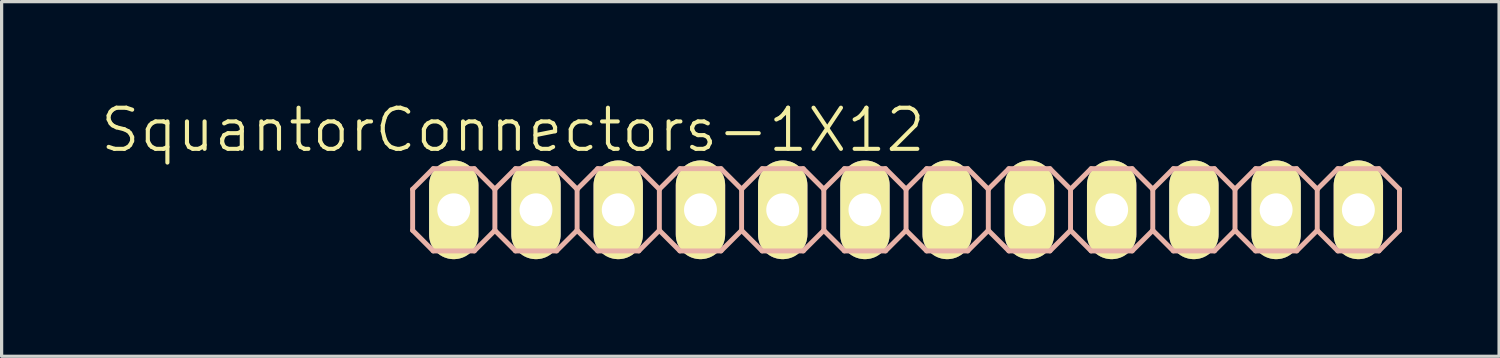
<source format=kicad_pcb>
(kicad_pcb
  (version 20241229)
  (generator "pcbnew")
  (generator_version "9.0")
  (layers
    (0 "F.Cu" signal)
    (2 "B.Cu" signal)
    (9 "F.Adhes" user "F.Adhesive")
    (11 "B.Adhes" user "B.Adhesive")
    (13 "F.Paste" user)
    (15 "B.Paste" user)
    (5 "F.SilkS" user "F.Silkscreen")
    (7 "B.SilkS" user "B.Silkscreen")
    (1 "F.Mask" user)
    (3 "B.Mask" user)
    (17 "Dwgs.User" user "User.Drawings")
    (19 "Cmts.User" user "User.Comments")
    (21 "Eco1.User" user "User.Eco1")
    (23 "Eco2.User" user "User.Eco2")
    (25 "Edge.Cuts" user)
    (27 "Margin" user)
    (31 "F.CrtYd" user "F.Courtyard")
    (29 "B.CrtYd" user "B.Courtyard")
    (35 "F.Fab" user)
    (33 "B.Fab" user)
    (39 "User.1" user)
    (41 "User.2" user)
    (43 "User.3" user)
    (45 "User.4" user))
  (footprint "SquantorConnectors-1X12"
    (layer "F.Cu")
    (at 24.935 3.43)
    (property "Reference" "SquantorConnectors-1X12" (at -12.141 -2.464 0) (layer "F.SilkS") (effects (font (size 1.27 1.27) (thickness 0.127))))
    (attr exclude_from_pos_files exclude_from_bom)
    (fp_line (start -14.224 -0.254) (end -13.716 -0.254) (stroke (width 0.066) (type solid)) (layer "F.SilkS"))
    (fp_line (start -14.224 0.254) (end -14.224 -0.254) (stroke (width 0.066) (type solid)) (layer "F.SilkS"))
    (fp_line (start -14.224 0.254) (end -13.716 0.254) (stroke (width 0.066) (type solid)) (layer "F.SilkS"))
    (fp_line (start -13.716 0.254) (end -13.716 -0.254) (stroke (width 0.066) (type solid)) (layer "F.SilkS"))
    (fp_line (start -11.684 -0.254) (end -11.176 -0.254) (stroke (width 0.066) (type solid)) (layer "F.SilkS"))
    (fp_line (start -11.684 0.254) (end -11.684 -0.254) (stroke (width 0.066) (type solid)) (layer "F.SilkS"))
    (fp_line (start -11.684 0.254) (end -11.176 0.254) (stroke (width 0.066) (type solid)) (layer "F.SilkS"))
    (fp_line (start -11.176 0.254) (end -11.176 -0.254) (stroke (width 0.066) (type solid)) (layer "F.SilkS"))
    (fp_line (start -9.144 -0.254) (end -8.636 -0.254) (stroke (width 0.066) (type solid)) (layer "F.SilkS"))
    (fp_line (start -9.144 0.254) (end -9.144 -0.254) (stroke (width 0.066) (type solid)) (layer "F.SilkS"))
    (fp_line (start -9.144 0.254) (end -8.636 0.254) (stroke (width 0.066) (type solid)) (layer "F.SilkS"))
    (fp_line (start -8.636 0.254) (end -8.636 -0.254) (stroke (width 0.066) (type solid)) (layer "F.SilkS"))
    (fp_line (start -6.604 -0.254) (end -6.096 -0.254) (stroke (width 0.066) (type solid)) (layer "F.SilkS"))
    (fp_line (start -6.604 0.254) (end -6.604 -0.254) (stroke (width 0.066) (type solid)) (layer "F.SilkS"))
    (fp_line (start -6.604 0.254) (end -6.096 0.254) (stroke (width 0.066) (type solid)) (layer "F.SilkS"))
    (fp_line (start -6.096 0.254) (end -6.096 -0.254) (stroke (width 0.066) (type solid)) (layer "F.SilkS"))
    (fp_line (start -4.064 -0.254) (end -3.556 -0.254) (stroke (width 0.066) (type solid)) (layer "F.SilkS"))
    (fp_line (start -4.064 0.254) (end -4.064 -0.254) (stroke (width 0.066) (type solid)) (layer "F.SilkS"))
    (fp_line (start -4.064 0.254) (end -3.556 0.254) (stroke (width 0.066) (type solid)) (layer "F.SilkS"))
    (fp_line (start -3.556 0.254) (end -3.556 -0.254) (stroke (width 0.066) (type solid)) (layer "F.SilkS"))
    (fp_line (start -1.524 -0.254) (end -1.016 -0.254) (stroke (width 0.066) (type solid)) (layer "F.SilkS"))
    (fp_line (start -1.524 0.254) (end -1.524 -0.254) (stroke (width 0.066) (type solid)) (layer "F.SilkS"))
    (fp_line (start -1.524 0.254) (end -1.016 0.254) (stroke (width 0.066) (type solid)) (layer "F.SilkS"))
    (fp_line (start -1.016 0.254) (end -1.016 -0.254) (stroke (width 0.066) (type solid)) (layer "F.SilkS"))
    (fp_line (start 1.016 -0.254) (end 1.524 -0.254) (stroke (width 0.066) (type solid)) (layer "F.SilkS"))
    (fp_line (start 1.016 0.254) (end 1.016 -0.254) (stroke (width 0.066) (type solid)) (layer "F.SilkS"))
    (fp_line (start 1.016 0.254) (end 1.524 0.254) (stroke (width 0.066) (type solid)) (layer "F.SilkS"))
    (fp_line (start 1.524 0.254) (end 1.524 -0.254) (stroke (width 0.066) (type solid)) (layer "F.SilkS"))
    (fp_line (start 3.556 -0.254) (end 4.064 -0.254) (stroke (width 0.066) (type solid)) (layer "F.SilkS"))
    (fp_line (start 3.556 0.254) (end 3.556 -0.254) (stroke (width 0.066) (type solid)) (layer "F.SilkS"))
    (fp_line (start 3.556 0.254) (end 4.064 0.254) (stroke (width 0.066) (type solid)) (layer "F.SilkS"))
    (fp_line (start 4.064 0.254) (end 4.064 -0.254) (stroke (width 0.066) (type solid)) (layer "F.SilkS"))
    (fp_line (start 6.096 -0.254) (end 6.604 -0.254) (stroke (width 0.066) (type solid)) (layer "F.SilkS"))
    (fp_line (start 6.096 0.254) (end 6.096 -0.254) (stroke (width 0.066) (type solid)) (layer "F.SilkS"))
    (fp_line (start 6.096 0.254) (end 6.604 0.254) (stroke (width 0.066) (type solid)) (layer "F.SilkS"))
    (fp_line (start 6.604 0.254) (end 6.604 -0.254) (stroke (width 0.066) (type solid)) (layer "F.SilkS"))
    (fp_line (start 8.636 -0.254) (end 9.144 -0.254) (stroke (width 0.066) (type solid)) (layer "F.SilkS"))
    (fp_line (start 8.636 0.254) (end 8.636 -0.254) (stroke (width 0.066) (type solid)) (layer "F.SilkS"))
    (fp_line (start 8.636 0.254) (end 9.144 0.254) (stroke (width 0.066) (type solid)) (layer "F.SilkS"))
    (fp_line (start 9.144 0.254) (end 9.144 -0.254) (stroke (width 0.066) (type solid)) (layer "F.SilkS"))
    (fp_line (start 11.176 -0.254) (end 11.684 -0.254) (stroke (width 0.066) (type solid)) (layer "F.SilkS"))
    (fp_line (start 11.176 0.254) (end 11.176 -0.254) (stroke (width 0.066) (type solid)) (layer "F.SilkS"))
    (fp_line (start 11.176 0.254) (end 11.684 0.254) (stroke (width 0.066) (type solid)) (layer "F.SilkS"))
    (fp_line (start 11.684 0.254) (end 11.684 -0.254) (stroke (width 0.066) (type solid)) (layer "F.SilkS"))
    (fp_line (start 13.716 -0.254) (end 14.224 -0.254) (stroke (width 0.066) (type solid)) (layer "F.SilkS"))
    (fp_line (start 13.716 0.254) (end 13.716 -0.254) (stroke (width 0.066) (type solid)) (layer "F.SilkS"))
    (fp_line (start 13.716 0.254) (end 14.224 0.254) (stroke (width 0.066) (type solid)) (layer "F.SilkS"))
    (fp_line (start 14.224 0.254) (end 14.224 -0.254) (stroke (width 0.066) (type solid)) (layer "F.SilkS"))
    (fp_line (start -15.24 -0.635) (end -15.24 0.635) (stroke (width 0.152) (type solid)) (layer "B.SilkS"))
    (fp_line (start -15.24 0.635) (end -14.605 1.27) (stroke (width 0.152) (type solid)) (layer "B.SilkS"))
    (fp_line (start -14.605 -1.27) (end -15.24 -0.635) (stroke (width 0.152) (type solid)) (layer "B.SilkS"))
    (fp_line (start -14.605 -1.27) (end -13.335 -1.27) (stroke (width 0.152) (type solid)) (layer "B.SilkS"))
    (fp_line (start -13.335 -1.27) (end -12.7 -0.635) (stroke (width 0.152) (type solid)) (layer "B.SilkS"))
    (fp_line (start -13.335 1.27) (end -14.605 1.27) (stroke (width 0.152) (type solid)) (layer "B.SilkS"))
    (fp_line (start -12.7 -0.635) (end -12.7 0.635) (stroke (width 0.152) (type solid)) (layer "B.SilkS"))
    (fp_line (start -12.7 -0.635) (end -12.065 -1.27) (stroke (width 0.152) (type solid)) (layer "B.SilkS"))
    (fp_line (start -12.7 0.635) (end -13.335 1.27) (stroke (width 0.152) (type solid)) (layer "B.SilkS"))
    (fp_line (start -12.065 -1.27) (end -10.795 -1.27) (stroke (width 0.152) (type solid)) (layer "B.SilkS"))
    (fp_line (start -12.065 1.27) (end -12.7 0.635) (stroke (width 0.152) (type solid)) (layer "B.SilkS"))
    (fp_line (start -10.795 -1.27) (end -10.16 -0.635) (stroke (width 0.152) (type solid)) (layer "B.SilkS"))
    (fp_line (start -10.795 1.27) (end -12.065 1.27) (stroke (width 0.152) (type solid)) (layer "B.SilkS"))
    (fp_line (start -10.16 -0.635) (end -10.16 0.635) (stroke (width 0.152) (type solid)) (layer "B.SilkS"))
    (fp_line (start -10.16 -0.635) (end -9.525 -1.27) (stroke (width 0.152) (type solid)) (layer "B.SilkS"))
    (fp_line (start -10.16 0.635) (end -10.795 1.27) (stroke (width 0.152) (type solid)) (layer "B.SilkS"))
    (fp_line (start -9.525 -1.27) (end -8.255 -1.27) (stroke (width 0.152) (type solid)) (layer "B.SilkS"))
    (fp_line (start -9.525 1.27) (end -10.16 0.635) (stroke (width 0.152) (type solid)) (layer "B.SilkS"))
    (fp_line (start -8.255 -1.27) (end -7.62 -0.635) (stroke (width 0.152) (type solid)) (layer "B.SilkS"))
    (fp_line (start -8.255 1.27) (end -9.525 1.27) (stroke (width 0.152) (type solid)) (layer "B.SilkS"))
    (fp_line (start -7.62 -0.635) (end -7.62 0.635) (stroke (width 0.152) (type solid)) (layer "B.SilkS"))
    (fp_line (start -7.62 0.635) (end -8.255 1.27) (stroke (width 0.152) (type solid)) (layer "B.SilkS"))
    (fp_line (start -7.62 0.635) (end -6.985 1.27) (stroke (width 0.152) (type solid)) (layer "B.SilkS"))
    (fp_line (start -6.985 -1.27) (end -7.62 -0.635) (stroke (width 0.152) (type solid)) (layer "B.SilkS"))
    (fp_line (start -6.985 -1.27) (end -5.715 -1.27) (stroke (width 0.152) (type solid)) (layer "B.SilkS"))
    (fp_line (start -5.715 -1.27) (end -5.08 -0.635) (stroke (width 0.152) (type solid)) (layer "B.SilkS"))
    (fp_line (start -5.715 1.27) (end -6.985 1.27) (stroke (width 0.152) (type solid)) (layer "B.SilkS"))
    (fp_line (start -5.08 -0.635) (end -5.08 0.635) (stroke (width 0.152) (type solid)) (layer "B.SilkS"))
    (fp_line (start -5.08 -0.635) (end -4.445 -1.27) (stroke (width 0.152) (type solid)) (layer "B.SilkS"))
    (fp_line (start -5.08 0.635) (end -5.715 1.27) (stroke (width 0.152) (type solid)) (layer "B.SilkS"))
    (fp_line (start -4.445 -1.27) (end -3.175 -1.27) (stroke (width 0.152) (type solid)) (layer "B.SilkS"))
    (fp_line (start -4.445 1.27) (end -5.08 0.635) (stroke (width 0.152) (type solid)) (layer "B.SilkS"))
    (fp_line (start -3.175 -1.27) (end -2.54 -0.635) (stroke (width 0.152) (type solid)) (layer "B.SilkS"))
    (fp_line (start -3.175 1.27) (end -4.445 1.27) (stroke (width 0.152) (type solid)) (layer "B.SilkS"))
    (fp_line (start -2.54 -0.635) (end -2.54 0.635) (stroke (width 0.152) (type solid)) (layer "B.SilkS"))
    (fp_line (start -2.54 -0.635) (end -1.905 -1.27) (stroke (width 0.152) (type solid)) (layer "B.SilkS"))
    (fp_line (start -2.54 0.635) (end -3.175 1.27) (stroke (width 0.152) (type solid)) (layer "B.SilkS"))
    (fp_line (start -1.905 -1.27) (end -0.635 -1.27) (stroke (width 0.152) (type solid)) (layer "B.SilkS"))
    (fp_line (start -1.905 1.27) (end -2.54 0.635) (stroke (width 0.152) (type solid)) (layer "B.SilkS"))
    (fp_line (start -0.635 -1.27) (end 0 -0.635) (stroke (width 0.152) (type solid)) (layer "B.SilkS"))
    (fp_line (start -0.635 1.27) (end -1.905 1.27) (stroke (width 0.152) (type solid)) (layer "B.SilkS"))
    (fp_line (start 0 -0.635) (end 0 0.635) (stroke (width 0.152) (type solid)) (layer "B.SilkS"))
    (fp_line (start 0 0.635) (end -0.635 1.27) (stroke (width 0.152) (type solid)) (layer "B.SilkS"))
    (fp_line (start 0 0.635) (end 0.635 1.27) (stroke (width 0.152) (type solid)) (layer "B.SilkS"))
    (fp_line (start 0.635 -1.27) (end 0 -0.635) (stroke (width 0.152) (type solid)) (layer "B.SilkS"))
    (fp_line (start 0.635 -1.27) (end 1.905 -1.27) (stroke (width 0.152) (type solid)) (layer "B.SilkS"))
    (fp_line (start 1.905 -1.27) (end 2.54 -0.635) (stroke (width 0.152) (type solid)) (layer "B.SilkS"))
    (fp_line (start 1.905 1.27) (end 0.635 1.27) (stroke (width 0.152) (type solid)) (layer "B.SilkS"))
    (fp_line (start 2.54 -0.635) (end 2.54 0.635) (stroke (width 0.152) (type solid)) (layer "B.SilkS"))
    (fp_line (start 2.54 -0.635) (end 3.175 -1.27) (stroke (width 0.152) (type solid)) (layer "B.SilkS"))
    (fp_line (start 2.54 0.635) (end 1.905 1.27) (stroke (width 0.152) (type solid)) (layer "B.SilkS"))
    (fp_line (start 3.175 -1.27) (end 4.445 -1.27) (stroke (width 0.152) (type solid)) (layer "B.SilkS"))
    (fp_line (start 3.175 1.27) (end 2.54 0.635) (stroke (width 0.152) (type solid)) (layer "B.SilkS"))
    (fp_line (start 4.445 -1.27) (end 5.08 -0.635) (stroke (width 0.152) (type solid)) (layer "B.SilkS"))
    (fp_line (start 4.445 1.27) (end 3.175 1.27) (stroke (width 0.152) (type solid)) (layer "B.SilkS"))
    (fp_line (start 5.08 -0.635) (end 5.08 0.635) (stroke (width 0.152) (type solid)) (layer "B.SilkS"))
    (fp_line (start 5.08 -0.635) (end 5.715 -1.27) (stroke (width 0.152) (type solid)) (layer "B.SilkS"))
    (fp_line (start 5.08 0.635) (end 4.445 1.27) (stroke (width 0.152) (type solid)) (layer "B.SilkS"))
    (fp_line (start 5.715 -1.27) (end 6.985 -1.27) (stroke (width 0.152) (type solid)) (layer "B.SilkS"))
    (fp_line (start 5.715 1.27) (end 5.08 0.635) (stroke (width 0.152) (type solid)) (layer "B.SilkS"))
    (fp_line (start 6.985 -1.27) (end 7.62 -0.635) (stroke (width 0.152) (type solid)) (layer "B.SilkS"))
    (fp_line (start 6.985 1.27) (end 5.715 1.27) (stroke (width 0.152) (type solid)) (layer "B.SilkS"))
    (fp_line (start 7.62 -0.635) (end 7.62 0.635) (stroke (width 0.152) (type solid)) (layer "B.SilkS"))
    (fp_line (start 7.62 0.635) (end 6.985 1.27) (stroke (width 0.152) (type solid)) (layer "B.SilkS"))
    (fp_line (start 7.62 0.635) (end 8.255 1.27) (stroke (width 0.152) (type solid)) (layer "B.SilkS"))
    (fp_line (start 8.255 -1.27) (end 7.62 -0.635) (stroke (width 0.152) (type solid)) (layer "B.SilkS"))
    (fp_line (start 8.255 -1.27) (end 9.525 -1.27) (stroke (width 0.152) (type solid)) (layer "B.SilkS"))
    (fp_line (start 9.525 -1.27) (end 10.16 -0.635) (stroke (width 0.152) (type solid)) (layer "B.SilkS"))
    (fp_line (start 9.525 1.27) (end 8.255 1.27) (stroke (width 0.152) (type solid)) (layer "B.SilkS"))
    (fp_line (start 10.16 -0.635) (end 10.16 0.635) (stroke (width 0.152) (type solid)) (layer "B.SilkS"))
    (fp_line (start 10.16 -0.635) (end 10.795 -1.27) (stroke (width 0.152) (type solid)) (layer "B.SilkS"))
    (fp_line (start 10.16 0.635) (end 9.525 1.27) (stroke (width 0.152) (type solid)) (layer "B.SilkS"))
    (fp_line (start 10.795 -1.27) (end 12.065 -1.27) (stroke (width 0.152) (type solid)) (layer "B.SilkS"))
    (fp_line (start 10.795 1.27) (end 10.16 0.635) (stroke (width 0.152) (type solid)) (layer "B.SilkS"))
    (fp_line (start 12.065 -1.27) (end 12.7 -0.635) (stroke (width 0.152) (type solid)) (layer "B.SilkS"))
    (fp_line (start 12.065 1.27) (end 10.795 1.27) (stroke (width 0.152) (type solid)) (layer "B.SilkS"))
    (fp_line (start 12.7 -0.635) (end 12.7 0.635) (stroke (width 0.152) (type solid)) (layer "B.SilkS"))
    (fp_line (start 12.7 -0.635) (end 13.335 -1.27) (stroke (width 0.152) (type solid)) (layer "B.SilkS"))
    (fp_line (start 12.7 0.635) (end 12.065 1.27) (stroke (width 0.152) (type solid)) (layer "B.SilkS"))
    (fp_line (start 13.335 -1.27) (end 14.605 -1.27) (stroke (width 0.152) (type solid)) (layer "B.SilkS"))
    (fp_line (start 13.335 1.27) (end 12.7 0.635) (stroke (width 0.152) (type solid)) (layer "B.SilkS"))
    (fp_line (start 14.605 -1.27) (end 15.24 -0.635) (stroke (width 0.152) (type solid)) (layer "B.SilkS"))
    (fp_line (start 14.605 1.27) (end 13.335 1.27) (stroke (width 0.152) (type solid)) (layer "B.SilkS"))
    (fp_line (start 15.24 -0.635) (end 15.24 0.635) (stroke (width 0.152) (type solid)) (layer "B.SilkS"))
    (fp_line (start 15.24 0.635) (end 14.605 1.27) (stroke (width 0.152) (type solid)) (layer "B.SilkS"))
    (pad "1" thru_hole oval (at -13.97 0 180) (size 1.524 3.048) (drill 1.016) (layers "*.Cu" "F.Mask" "F.SilkS" "F.Paste"))
    (pad "2" thru_hole oval (at -11.43 0 180) (size 1.524 3.048) (drill 1.016) (layers "*.Cu" "F.Mask" "F.SilkS" "F.Paste"))
    (pad "3" thru_hole oval (at -8.89 0 180) (size 1.524 3.048) (drill 1.016) (layers "*.Cu" "F.Mask" "F.SilkS" "F.Paste"))
    (pad "4" thru_hole oval (at -6.35 0 180) (size 1.524 3.048) (drill 1.016) (layers "*.Cu" "F.Mask" "F.SilkS" "F.Paste"))
    (pad "5" thru_hole oval (at -3.81 0 180) (size 1.524 3.048) (drill 1.016) (layers "*.Cu" "F.Mask" "F.SilkS" "F.Paste"))
    (pad "6" thru_hole oval (at -1.27 0 180) (size 1.524 3.048) (drill 1.016) (layers "*.Cu" "F.Mask" "F.SilkS" "F.Paste"))
    (pad "7" thru_hole oval (at 1.27 0 180) (size 1.524 3.048) (drill 1.016) (layers "*.Cu" "F.Mask" "F.SilkS" "F.Paste"))
    (pad "8" thru_hole oval (at 3.81 0 180) (size 1.524 3.048) (drill 1.016) (layers "*.Cu" "F.Mask" "F.SilkS" "F.Paste"))
    (pad "9" thru_hole oval (at 6.35 0 180) (size 1.524 3.048) (drill 1.016) (layers "*.Cu" "F.Mask" "F.SilkS" "F.Paste"))
    (pad "10" thru_hole oval (at 8.89 0 180) (size 1.524 3.048) (drill 1.016) (layers "*.Cu" "F.Mask" "F.SilkS" "F.Paste"))
    (pad "11" thru_hole oval (at 11.43 0 180) (size 1.524 3.048) (drill 1.016) (layers "*.Cu" "F.Mask" "F.SilkS" "F.Paste"))
    (pad "12" thru_hole oval (at 13.97 0 180) (size 1.524 3.048) (drill 1.016) (layers "*.Cu" "F.Mask" "F.SilkS" "F.Paste")))
  (gr_rect
    (start -3 -3)
    (end 43.251 7.954)
    (stroke (width 0.1) (type default))
    (fill no)
    (layer "Edge.Cuts")))
</source>
